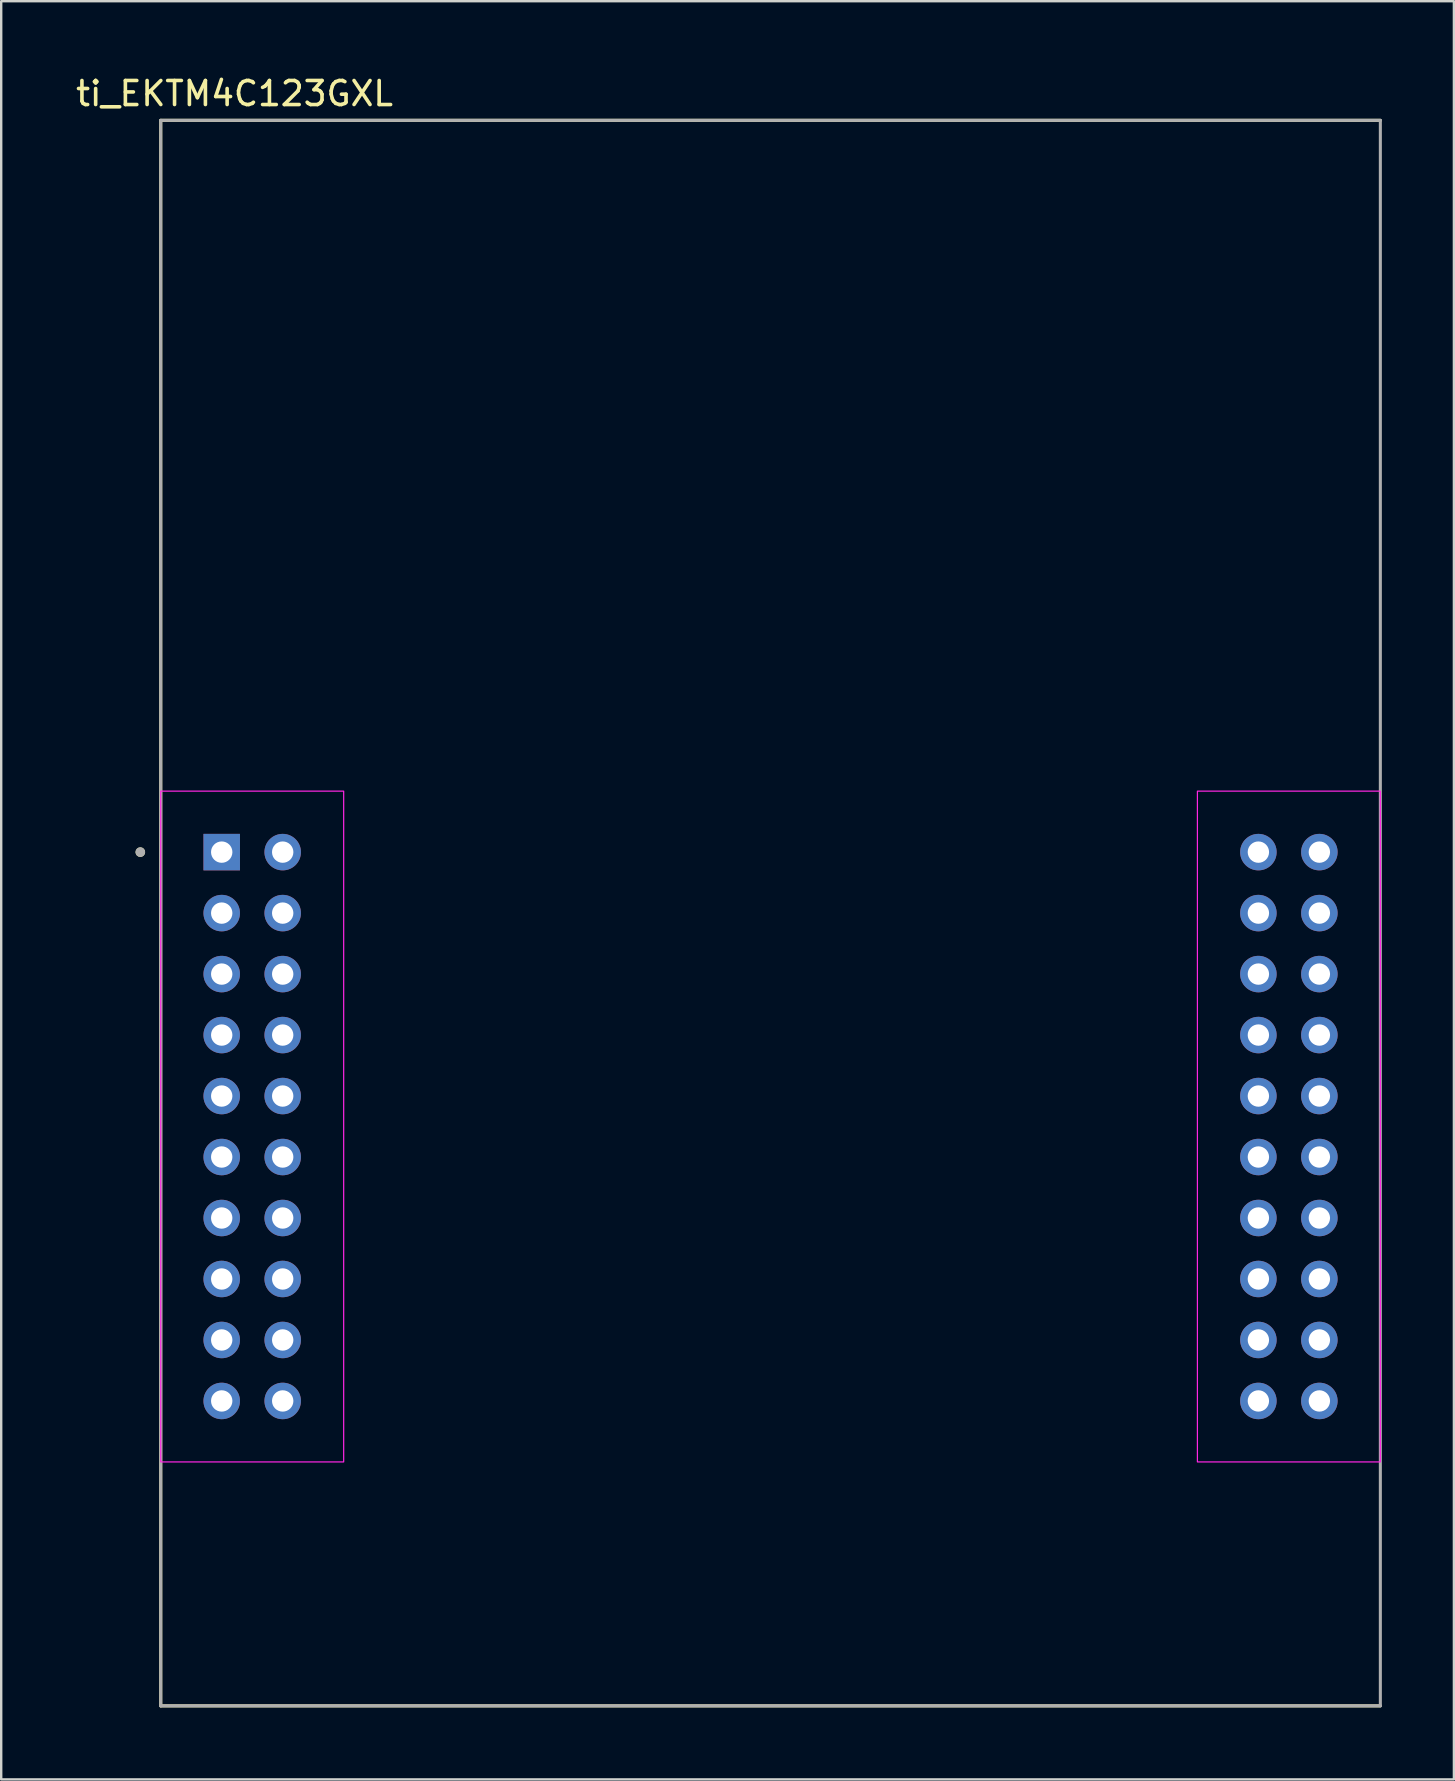
<source format=kicad_pcb>
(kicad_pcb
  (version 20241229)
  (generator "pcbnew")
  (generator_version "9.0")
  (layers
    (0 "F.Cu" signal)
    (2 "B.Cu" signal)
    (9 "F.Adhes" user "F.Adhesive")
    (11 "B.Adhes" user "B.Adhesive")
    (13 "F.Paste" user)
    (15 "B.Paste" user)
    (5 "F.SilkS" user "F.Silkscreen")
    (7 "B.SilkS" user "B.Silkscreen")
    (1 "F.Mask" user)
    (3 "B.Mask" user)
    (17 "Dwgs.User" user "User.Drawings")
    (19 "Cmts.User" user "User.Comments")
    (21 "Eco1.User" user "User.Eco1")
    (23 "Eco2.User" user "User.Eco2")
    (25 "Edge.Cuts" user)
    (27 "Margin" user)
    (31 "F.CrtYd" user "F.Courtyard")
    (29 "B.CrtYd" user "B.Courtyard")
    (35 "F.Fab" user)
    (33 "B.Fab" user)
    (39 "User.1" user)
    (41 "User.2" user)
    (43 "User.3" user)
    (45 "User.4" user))
  (footprint "ti_EKTM4C123GXL"
    (layer "F.Cu")
    (at 29.045 34.983)
    (property "Reference" "ti_EKTM4C123GXL" (at -22.325 -34.135 0) (layer "F.SilkS") (effects (font (size 1 1) (thickness 0.15))))
    (attr through_hole)
    (fp_line (start -25.4 -33.02) (end -25.4 33.02) (stroke (width 0.127) (type solid)) (layer "F.SilkS"))
    (fp_line (start -25.4 33.02) (end 25.4 33.02) (stroke (width 0.127) (type solid)) (layer "F.SilkS"))
    (fp_line (start 25.4 -33.02) (end -25.4 -33.02) (stroke (width 0.127) (type solid)) (layer "F.SilkS"))
    (fp_circle (center -26.25 -2.54) (end -26.15 -2.54) (stroke (width 0.2) (type solid)) (fill no) (layer "F.SilkS"))
    (fp_rect (start -25.4 -5.08) (end -17.78 22.86) (stroke (width 0.05) (type default)) (fill no) (layer "F.CrtYd"))
    (fp_rect (start 17.78 -5.08) (end 25.4 22.86) (stroke (width 0.05) (type default)) (fill no) (layer "F.CrtYd"))
    (fp_line (start -25.4 -33.02) (end -25.4 33.02) (stroke (width 0.127) (type solid)) (layer "F.Fab"))
    (fp_line (start -25.4 33.02) (end 25.4 33.02) (stroke (width 0.127) (type solid)) (layer "F.Fab"))
    (fp_line (start 25.4 -33.02) (end -25.4 -33.02) (stroke (width 0.127) (type solid)) (layer "F.Fab"))
    (fp_line (start 25.4 33.02) (end 25.4 -33.02) (stroke (width 0.127) (type solid)) (layer "F.Fab"))
    (fp_circle (center -26.25 -2.54) (end -26.15 -2.54) (stroke (width 0.2) (type solid)) (fill no) (layer "F.Fab"))
    (pad "J1_1" thru_hole rect (at -22.86 -2.54) (size 1.52 1.52) (drill 0.89) (layers "*.Cu" "*.Mask"))
    (pad "J1_2" thru_hole circle (at -22.86 0) (size 1.52 1.52) (drill 0.89) (layers "*.Cu" "*.Mask"))
    (pad "J1_3" thru_hole circle (at -22.86 2.54) (size 1.52 1.52) (drill 0.89) (layers "*.Cu" "*.Mask"))
    (pad "J1_4" thru_hole circle (at -22.86 5.08) (size 1.52 1.52) (drill 0.89) (layers "*.Cu" "*.Mask"))
    (pad "J1_5" thru_hole circle (at -22.86 7.62) (size 1.52 1.52) (drill 0.89) (layers "*.Cu" "*.Mask"))
    (pad "J1_6" thru_hole circle (at -22.86 10.16) (size 1.52 1.52) (drill 0.89) (layers "*.Cu" "*.Mask"))
    (pad "J1_7" thru_hole circle (at -22.86 12.7) (size 1.52 1.52) (drill 0.89) (layers "*.Cu" "*.Mask"))
    (pad "J1_8" thru_hole circle (at -22.86 15.24) (size 1.52 1.52) (drill 0.89) (layers "*.Cu" "*.Mask"))
    (pad "J1_9" thru_hole circle (at -22.86 17.78) (size 1.52 1.52) (drill 0.89) (layers "*.Cu" "*.Mask"))
    (pad "J1_10" thru_hole circle (at -22.86 20.32) (size 1.52 1.52) (drill 0.89) (layers "*.Cu" "*.Mask"))
    (pad "J2_1" thru_hole circle (at 22.86 -2.54) (size 1.52 1.52) (drill 0.89) (layers "*.Cu" "*.Mask"))
    (pad "J2_2" thru_hole circle (at 22.86 0) (size 1.52 1.52) (drill 0.89) (layers "*.Cu" "*.Mask"))
    (pad "J2_3" thru_hole circle (at 22.86 2.54) (size 1.52 1.52) (drill 0.89) (layers "*.Cu" "*.Mask"))
    (pad "J2_4" thru_hole circle (at 22.86 5.08) (size 1.52 1.52) (drill 0.89) (layers "*.Cu" "*.Mask"))
    (pad "J2_5" thru_hole circle (at 22.86 7.62) (size 1.52 1.52) (drill 0.89) (layers "*.Cu" "*.Mask"))
    (pad "J2_6" thru_hole circle (at 22.86 10.16) (size 1.52 1.52) (drill 0.89) (layers "*.Cu" "*.Mask"))
    (pad "J2_7" thru_hole circle (at 22.86 12.7) (size 1.52 1.52) (drill 0.89) (layers "*.Cu" "*.Mask"))
    (pad "J2_8" thru_hole circle (at 22.86 15.24) (size 1.52 1.52) (drill 0.89) (layers "*.Cu" "*.Mask"))
    (pad "J2_9" thru_hole circle (at 22.86 17.78) (size 1.52 1.52) (drill 0.89) (layers "*.Cu" "*.Mask"))
    (pad "J2_10" thru_hole circle (at 22.86 20.32) (size 1.52 1.52) (drill 0.89) (layers "*.Cu" "*.Mask"))
    (pad "J3_1" thru_hole circle (at -20.32 -2.54) (size 1.52 1.52) (drill 0.89) (layers "*.Cu" "*.Mask"))
    (pad "J3_2" thru_hole circle (at -20.32 0) (size 1.52 1.52) (drill 0.89) (layers "*.Cu" "*.Mask"))
    (pad "J3_3" thru_hole circle (at -20.32 2.54) (size 1.52 1.52) (drill 0.89) (layers "*.Cu" "*.Mask"))
    (pad "J3_4" thru_hole circle (at -20.32 5.08) (size 1.52 1.52) (drill 0.89) (layers "*.Cu" "*.Mask"))
    (pad "J3_5" thru_hole circle (at -20.32 7.62) (size 1.52 1.52) (drill 0.89) (layers "*.Cu" "*.Mask"))
    (pad "J3_6" thru_hole circle (at -20.32 10.16) (size 1.52 1.52) (drill 0.89) (layers "*.Cu" "*.Mask"))
    (pad "J3_7" thru_hole circle (at -20.32 12.7) (size 1.52 1.52) (drill 0.89) (layers "*.Cu" "*.Mask"))
    (pad "J3_8" thru_hole circle (at -20.32 15.24) (size 1.52 1.52) (drill 0.89) (layers "*.Cu" "*.Mask"))
    (pad "J3_9" thru_hole circle (at -20.32 17.78) (size 1.52 1.52) (drill 0.89) (layers "*.Cu" "*.Mask"))
    (pad "J3_10" thru_hole circle (at -20.32 20.32) (size 1.52 1.52) (drill 0.89) (layers "*.Cu" "*.Mask"))
    (pad "J4_1" thru_hole circle (at 20.32 -2.54) (size 1.52 1.52) (drill 0.89) (layers "*.Cu" "*.Mask"))
    (pad "J4_2" thru_hole circle (at 20.32 0) (size 1.52 1.52) (drill 0.89) (layers "*.Cu" "*.Mask"))
    (pad "J4_3" thru_hole circle (at 20.32 2.54) (size 1.52 1.52) (drill 0.89) (layers "*.Cu" "*.Mask"))
    (pad "J4_4" thru_hole circle (at 20.32 5.08) (size 1.52 1.52) (drill 0.89) (layers "*.Cu" "*.Mask"))
    (pad "J4_5" thru_hole circle (at 20.32 7.62) (size 1.52 1.52) (drill 0.89) (layers "*.Cu" "*.Mask"))
    (pad "J4_6" thru_hole circle (at 20.32 10.16) (size 1.52 1.52) (drill 0.89) (layers "*.Cu" "*.Mask"))
    (pad "J4_7" thru_hole circle (at 20.32 12.7) (size 1.52 1.52) (drill 0.89) (layers "*.Cu" "*.Mask"))
    (pad "J4_8" thru_hole circle (at 20.32 15.24) (size 1.52 1.52) (drill 0.89) (layers "*.Cu" "*.Mask"))
    (pad "J4_9" thru_hole circle (at 20.32 17.78) (size 1.52 1.52) (drill 0.89) (layers "*.Cu" "*.Mask"))
    (pad "J4_10" thru_hole circle (at 20.32 20.32) (size 1.52 1.52) (drill 0.89) (layers "*.Cu" "*.Mask")))
  (gr_rect
    (start -3 -3)
    (end 57.509 71.067)
    (stroke (width 0.1) (type default))
    (fill no)
    (layer "Edge.Cuts")))
</source>
